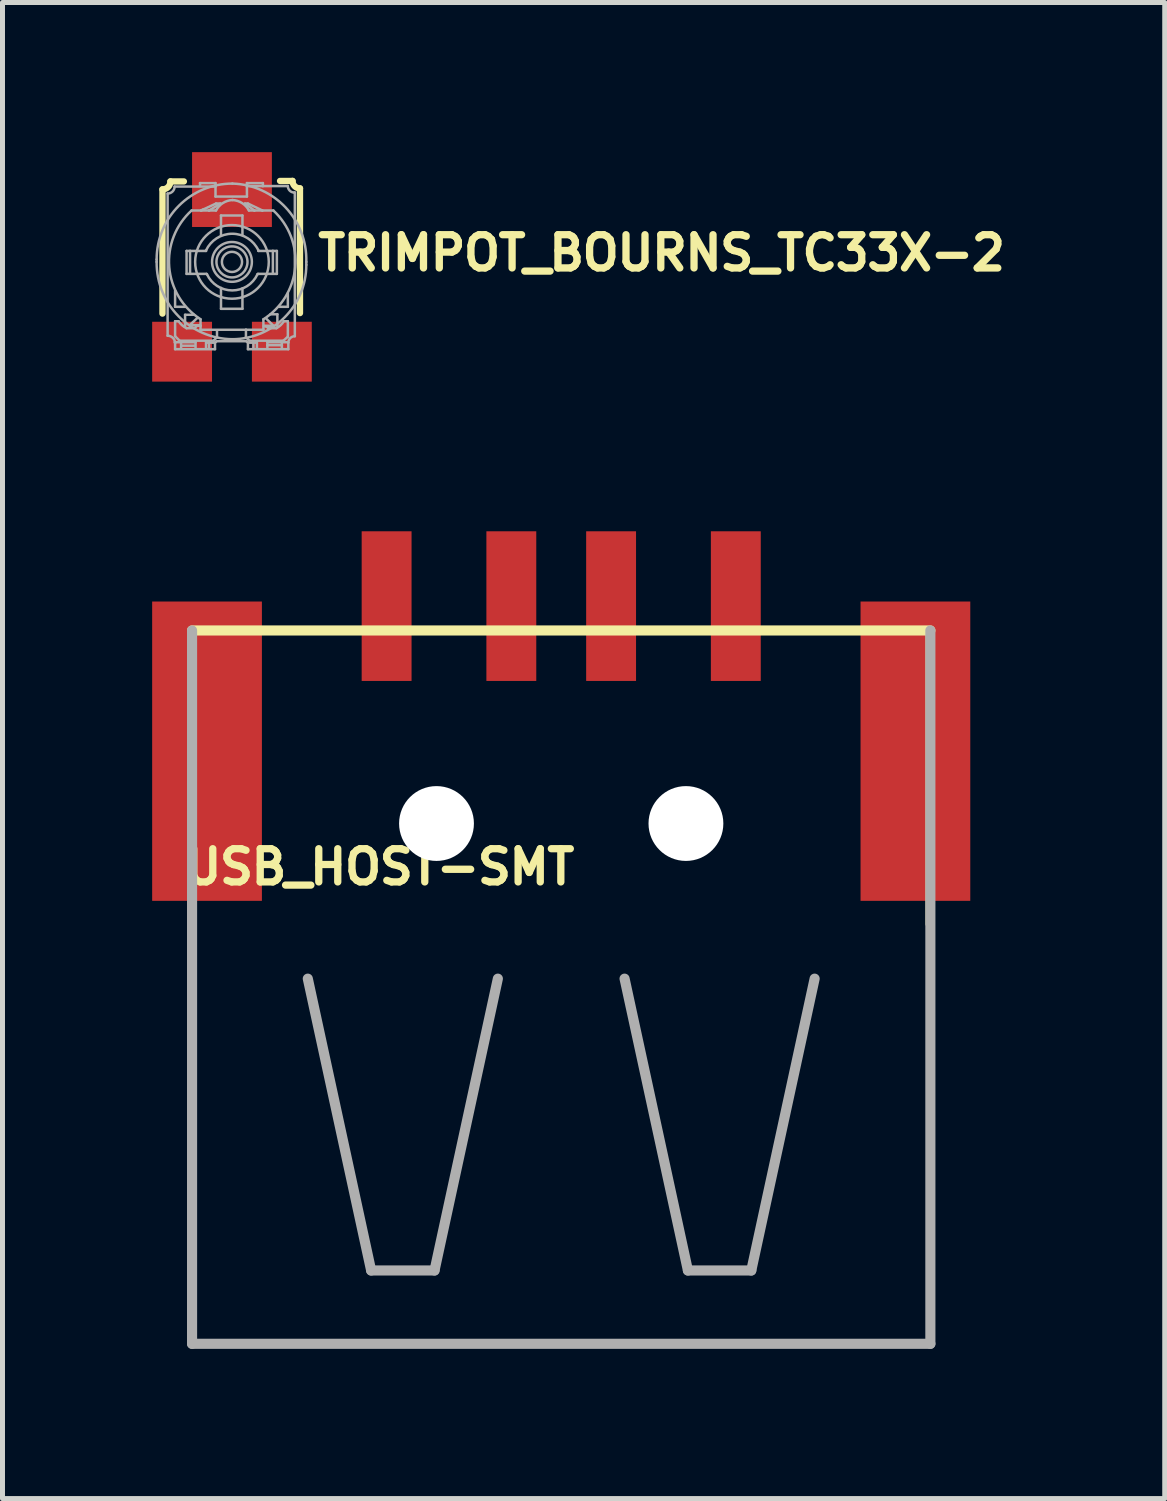
<source format=kicad_pcb>
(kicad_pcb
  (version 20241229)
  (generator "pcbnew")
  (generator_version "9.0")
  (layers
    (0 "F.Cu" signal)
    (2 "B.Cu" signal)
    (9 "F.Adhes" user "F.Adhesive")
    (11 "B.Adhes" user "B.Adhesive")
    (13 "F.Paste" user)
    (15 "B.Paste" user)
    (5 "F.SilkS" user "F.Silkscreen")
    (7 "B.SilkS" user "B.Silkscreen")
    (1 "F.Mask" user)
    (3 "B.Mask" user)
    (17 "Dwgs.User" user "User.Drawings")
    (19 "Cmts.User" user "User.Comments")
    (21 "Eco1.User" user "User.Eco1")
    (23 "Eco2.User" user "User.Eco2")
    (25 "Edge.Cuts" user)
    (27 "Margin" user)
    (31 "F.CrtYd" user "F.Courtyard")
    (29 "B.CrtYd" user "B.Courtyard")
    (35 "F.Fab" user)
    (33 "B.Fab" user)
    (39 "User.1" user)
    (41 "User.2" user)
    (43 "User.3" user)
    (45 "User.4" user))
  (footprint "USB_HOST-SMT"
    (layer "F.Cu")
    (at 8.2 9.595)
    (property "Reference" "USB_HOST-SMT" (at -7.62 5.123 0) (unlocked yes) (layer "F.SilkS") (effects (font (size 0.666 0.666) (thickness 0.146)) (justify left bottom)))
    (fp_line (start -7.366 0.039) (end -7.366 5.881) (stroke (width 0.127) (type solid)) (layer "F.SilkS"))
    (fp_line (start 7.366 0.039) (end 7.366 5.881) (stroke (width 0.127) (type solid)) (layer "F.SilkS"))
    (fp_line (start 7.4 -0.007) (end -7.4 -0.007) (stroke (width 0.203) (type solid)) (layer "F.SilkS"))
    (fp_line (start -7.4 -0.007) (end -7.4 14.293) (stroke (width 0.203) (type solid)) (layer "F.Fab"))
    (fp_line (start -7.4 14.293) (end 7.4 14.293) (stroke (width 0.203) (type solid)) (layer "F.Fab"))
    (fp_line (start -5.08 6.973) (end -3.81 12.823) (stroke (width 0.203) (type solid)) (layer "F.Fab"))
    (fp_line (start -3.81 12.823) (end -2.54 12.823) (stroke (width 0.203) (type solid)) (layer "F.Fab"))
    (fp_line (start -2.54 12.823) (end -1.27 6.973) (stroke (width 0.203) (type solid)) (layer "F.Fab"))
    (fp_line (start 1.27 6.973) (end 2.54 12.823) (stroke (width 0.203) (type solid)) (layer "F.Fab"))
    (fp_line (start 2.54 12.823) (end 3.81 12.823) (stroke (width 0.203) (type solid)) (layer "F.Fab"))
    (fp_line (start 3.81 12.823) (end 5.08 6.973) (stroke (width 0.203) (type solid)) (layer "F.Fab"))
    (fp_line (start 7.4 14.293) (end 7.4 -0.007) (stroke (width 0.203) (type solid)) (layer "F.Fab"))
    (pad "" np_thru_hole circle (at -2.5 3.863) (size 1.5 1.5) (drill 1.5) (layers "*.Cu" "*.Mask"))
    (pad "" np_thru_hole circle (at 2.5 3.863) (size 1.5 1.5) (drill 1.5) (layers "*.Cu" "*.Mask"))
    (pad "D+" smd rect (at 1 -0.495 90) (size 3 1) (layers "F.Cu" "F.Mask" "F.Paste"))
    (pad "D-" smd rect (at -1 -0.495 90) (size 3 1) (layers "F.Cu" "F.Mask" "F.Paste"))
    (pad "GND" smd rect (at 3.5 -0.495 90) (size 3 1) (layers "F.Cu" "F.Mask" "F.Paste"))
    (pad "MT1" smd rect (at -7.1 2.413) (size 2.2 6) (layers "F.Cu" "F.Mask" "F.Paste"))
    (pad "MT2" smd rect (at 7.1 2.413) (size 2.2 6) (layers "F.Cu" "F.Mask" "F.Paste"))
    (pad "VBUS" smd rect (at -3.5 -0.495 90) (size 3 1) (layers "F.Cu" "F.Mask" "F.Paste")))
  (footprint "TRIMPOT_BOURNS_TC33X-2"
    (layer "F.Cu")
    (at 1.6 2.2)
    (property "Reference" "TRIMPOT_BOURNS_TC33X-2" (at 1.65 0.21 0) (unlocked yes) (layer "F.SilkS") (effects (font (size 0.666 0.666) (thickness 0.146)) (justify left bottom)))
    (fp_line (start -1.393 -1.454) (end -1.393 1.036) (stroke (width 0.127) (type solid)) (layer "F.SilkS"))
    (fp_line (start -0.964 -1.613) (end -1.234 -1.613) (stroke (width 0.127) (type solid)) (layer "F.SilkS"))
    (fp_line (start 0.964 -1.623) (end 1.214 -1.623) (stroke (width 0.127) (type solid)) (layer "F.SilkS"))
    (fp_line (start 1.363 -1.474) (end 1.363 1.026) (stroke (width 0.127) (type solid)) (layer "F.SilkS"))
    (fp_arc (start -1.2335 -1.6135) (mid -1.280363 -1.500363) (end -1.3935 -1.4535) (stroke (width 0.127) (type solid)) (layer "F.SilkS"))
    (fp_arc (start 1.3635 -1.4735) (mid 1.257434 -1.517434) (end 1.2135 -1.6235) (stroke (width 0.127) (type solid)) (layer "F.SilkS"))
    (fp_line (start -1.51 0) (end -1.51 -0.05) (stroke (width 0.05) (type solid)) (layer "F.Fab"))
    (fp_line (start -1.29 -1.37) (end -1.29 1.48) (stroke (width 0.05) (type solid)) (layer "F.Fab"))
    (fp_line (start -1.15 1.61) (end -0.73 1.61) (stroke (width 0.05) (type solid)) (layer "F.Fab"))
    (fp_line (start -1.14 0.58) (end -1.14 0.9) (stroke (width 0.05) (type solid)) (layer "F.Fab"))
    (fp_line (start -1.14 0.9) (end -0.93 0.9) (stroke (width 0.05) (type solid)) (layer "F.Fab"))
    (fp_line (start -1.14 1.19) (end -1.14 1.49) (stroke (width 0.05) (type solid)) (layer "F.Fab"))
    (fp_line (start -1.14 1.49) (end -1.05 1.58) (stroke (width 0.05) (type solid)) (layer "F.Fab"))
    (fp_line (start -1.14 1.63) (end -1.14 1.75) (stroke (width 0.05) (type solid)) (layer "F.Fab"))
    (fp_line (start -1.14 1.75) (end -0.34 1.75) (stroke (width 0.05) (type solid)) (layer "F.Fab"))
    (fp_line (start -1.07 1.19) (end -1.14 1.19) (stroke (width 0.05) (type solid)) (layer "F.Fab"))
    (fp_line (start -1.05 1.58) (end -0.37 1.58) (stroke (width 0.05) (type solid)) (layer "F.Fab"))
    (fp_line (start -1.02 1.62) (end -1.02 1.73) (stroke (width 0.05) (type solid)) (layer "F.Fab"))
    (fp_line (start -1.01 1.68) (end -0.75 1.68) (stroke (width 0.05) (type solid)) (layer "F.Fab"))
    (fp_line (start -0.94 1.06) (end -0.94 1.3) (stroke (width 0.05) (type solid)) (layer "F.Fab"))
    (fp_line (start -0.91 -0.22) (end -0.91 0.24) (stroke (width 0.05) (type solid)) (layer "F.Fab"))
    (fp_line (start -0.91 0.24) (end -0.51 0.24) (stroke (width 0.05) (type solid)) (layer "F.Fab"))
    (fp_line (start -0.85 1.27) (end -0.69 1.12) (stroke (width 0.05) (type solid)) (layer "F.Fab"))
    (fp_line (start -0.84 -0.22) (end -0.91 -0.22) (stroke (width 0.05) (type solid)) (layer "F.Fab"))
    (fp_line (start -0.84 -0.22) (end -0.84 0.23) (stroke (width 0.05) (type solid)) (layer "F.Fab"))
    (fp_line (start -0.81 -1.03) (end -0.62 -1.03) (stroke (width 0.05) (type solid)) (layer "F.Fab"))
    (fp_line (start -0.76 1.06) (end -0.94 1.06) (stroke (width 0.05) (type solid)) (layer "F.Fab"))
    (fp_line (start -0.75 1.33) (end -0.91 1.33) (stroke (width 0.05) (type solid)) (layer "F.Fab"))
    (fp_line (start -0.73 1.61) (end -0.73 1.74) (stroke (width 0.05) (type solid)) (layer "F.Fab"))
    (fp_line (start -0.7 1.28) (end -0.75 1.33) (stroke (width 0.05) (type solid)) (layer "F.Fab"))
    (fp_line (start -0.64 -1.58) (end -0.33 -1.58) (stroke (width 0.05) (type solid)) (layer "F.Fab"))
    (fp_line (start -0.64 -1.52) (end -0.64 -1.58) (stroke (width 0.05) (type solid)) (layer "F.Fab"))
    (fp_line (start -0.64 1.27) (end -0.85 1.27) (stroke (width 0.05) (type solid)) (layer "F.Fab"))
    (fp_line (start -0.63 1.15) (end -0.63 1.28) (stroke (width 0.05) (type solid)) (layer "F.Fab"))
    (fp_line (start -0.63 1.28) (end -0.7 1.28) (stroke (width 0.05) (type solid)) (layer "F.Fab"))
    (fp_line (start -0.63 1.28) (end -0.63 1.36) (stroke (width 0.05) (type solid)) (layer "F.Fab"))
    (fp_line (start -0.63 1.36) (end 0.28 1.36) (stroke (width 0.05) (type solid)) (layer "F.Fab"))
    (fp_line (start -0.62 -1.03) (end -0.58 -1.05) (stroke (width 0.05) (type solid)) (layer "F.Fab"))
    (fp_line (start -0.6 -1.04) (end -0.32 -1.17) (stroke (width 0.05) (type solid)) (layer "F.Fab"))
    (fp_line (start -0.52 -0.23) (end -0.52 -0.22) (stroke (width 0.05) (type solid)) (layer "F.Fab"))
    (fp_line (start -0.52 -0.22) (end -0.84 -0.22) (stroke (width 0.05) (type solid)) (layer "F.Fab"))
    (fp_line (start -0.52 1.59) (end -0.52 1.73) (stroke (width 0.05) (type solid)) (layer "F.Fab"))
    (fp_line (start -0.51 0.24) (end -0.5 0.25) (stroke (width 0.05) (type solid)) (layer "F.Fab"))
    (fp_line (start -0.51 1.62) (end -0.35 1.62) (stroke (width 0.05) (type solid)) (layer "F.Fab"))
    (fp_line (start -0.46 -1.03) (end -0.62 -1.03) (stroke (width 0.05) (type solid)) (layer "F.Fab"))
    (fp_line (start -0.46 -1.03) (end -0.32 -1.03) (stroke (width 0.05) (type solid)) (layer "F.Fab"))
    (fp_line (start -0.46 1.6) (end -0.46 1.73) (stroke (width 0.05) (type solid)) (layer "F.Fab"))
    (fp_line (start -0.37 1.58) (end -0.3 1.51) (stroke (width 0.05) (type solid)) (layer "F.Fab"))
    (fp_line (start -0.34 1.62) (end -0.31 1.59) (stroke (width 0.05) (type solid)) (layer "F.Fab"))
    (fp_line (start -0.34 1.75) (end -0.34 1.62) (stroke (width 0.05) (type solid)) (layer "F.Fab"))
    (fp_line (start -0.33 -1.58) (end -0.33 -1.52) (stroke (width 0.05) (type solid)) (layer "F.Fab"))
    (fp_line (start -0.33 -1.51) (end -1.15 -1.51) (stroke (width 0.05) (type solid)) (layer "F.Fab"))
    (fp_line (start -0.33 -1.31) (end -0.33 -1.51) (stroke (width 0.05) (type solid)) (layer "F.Fab"))
    (fp_line (start -0.32 -1.17) (end -0.23 -1.17) (stroke (width 0.05) (type solid)) (layer "F.Fab"))
    (fp_line (start -0.31 1.59) (end 0.29 1.59) (stroke (width 0.05) (type solid)) (layer "F.Fab"))
    (fp_line (start -0.3 1.51) (end -0.3 1.37) (stroke (width 0.05) (type solid)) (layer "F.Fab"))
    (fp_line (start -0.23 -1.17) (end -0.46 -1.03) (stroke (width 0.05) (type solid)) (layer "F.Fab"))
    (fp_line (start -0.22 -0.93) (end 0.21 -0.93) (stroke (width 0.05) (type solid)) (layer "F.Fab"))
    (fp_line (start -0.22 -0.53) (end -0.22 -0.93) (stroke (width 0.05) (type solid)) (layer "F.Fab"))
    (fp_line (start -0.22 0.52) (end -0.22 0.94) (stroke (width 0.05) (type solid)) (layer "F.Fab"))
    (fp_line (start -0.22 0.94) (end 0.21 0.94) (stroke (width 0.05) (type solid)) (layer "F.Fab"))
    (fp_line (start 0 1.55) (end 0.01 1.55) (stroke (width 0.05) (type solid)) (layer "F.Fab"))
    (fp_line (start 0.21 -0.93) (end 0.21 -0.54) (stroke (width 0.05) (type solid)) (layer "F.Fab"))
    (fp_line (start 0.21 0.94) (end 0.21 0.53) (stroke (width 0.05) (type solid)) (layer "F.Fab"))
    (fp_line (start 0.26 -1.17) (end 0.32 -1.17) (stroke (width 0.05) (type solid)) (layer "F.Fab"))
    (fp_line (start 0.28 1.36) (end 0.63 1.36) (stroke (width 0.05) (type solid)) (layer "F.Fab"))
    (fp_line (start 0.28 1.51) (end 0.28 1.36) (stroke (width 0.05) (type solid)) (layer "F.Fab"))
    (fp_line (start 0.29 1.59) (end 0.32 1.62) (stroke (width 0.05) (type solid)) (layer "F.Fab"))
    (fp_line (start 0.3 -1.58) (end 0.62 -1.58) (stroke (width 0.05) (type solid)) (layer "F.Fab"))
    (fp_line (start 0.3 -1.52) (end 0.3 -1.58) (stroke (width 0.05) (type solid)) (layer "F.Fab"))
    (fp_line (start 0.3 -1.52) (end 0.3 -1.31) (stroke (width 0.05) (type solid)) (layer "F.Fab"))
    (fp_line (start 0.3 -1.31) (end -0.33 -1.31) (stroke (width 0.05) (type solid)) (layer "F.Fab"))
    (fp_line (start 0.32 -1.17) (end 0.61 -1.03) (stroke (width 0.05) (type solid)) (layer "F.Fab"))
    (fp_line (start 0.32 1.62) (end 0.32 1.75) (stroke (width 0.05) (type solid)) (layer "F.Fab"))
    (fp_line (start 0.32 1.75) (end 1.13 1.75) (stroke (width 0.05) (type solid)) (layer "F.Fab"))
    (fp_line (start 0.33 1.62) (end 0.49 1.62) (stroke (width 0.05) (type solid)) (layer "F.Fab"))
    (fp_line (start 0.34 -1.03) (end 0.45 -1.03) (stroke (width 0.05) (type solid)) (layer "F.Fab"))
    (fp_line (start 0.35 1.58) (end 0.28 1.51) (stroke (width 0.05) (type solid)) (layer "F.Fab"))
    (fp_line (start 0.43 1.59) (end 0.43 1.74) (stroke (width 0.05) (type solid)) (layer "F.Fab"))
    (fp_line (start 0.45 -1.03) (end 0.26 -1.17) (stroke (width 0.05) (type solid)) (layer "F.Fab"))
    (fp_line (start 0.5 1.6) (end 0.5 1.74) (stroke (width 0.05) (type solid)) (layer "F.Fab"))
    (fp_line (start 0.51 0.25) (end 0.52 0.24) (stroke (width 0.05) (type solid)) (layer "F.Fab"))
    (fp_line (start 0.52 0.24) (end 0.9 0.24) (stroke (width 0.05) (type solid)) (layer "F.Fab"))
    (fp_line (start 0.53 -0.22) (end 0.53 -0.23) (stroke (width 0.05) (type solid)) (layer "F.Fab"))
    (fp_line (start 0.61 -1.03) (end 0.45 -1.03) (stroke (width 0.05) (type solid)) (layer "F.Fab"))
    (fp_line (start 0.61 -1.03) (end 0.83 -1.03) (stroke (width 0.05) (type solid)) (layer "F.Fab"))
    (fp_line (start 0.62 -1.58) (end 0.62 -1.52) (stroke (width 0.05) (type solid)) (layer "F.Fab"))
    (fp_line (start 0.62 -1.52) (end 0.3 -1.52) (stroke (width 0.05) (type solid)) (layer "F.Fab"))
    (fp_line (start 0.63 1.36) (end 0.63 1.15) (stroke (width 0.05) (type solid)) (layer "F.Fab"))
    (fp_line (start 0.64 1.28) (end 0.83 1.28) (stroke (width 0.05) (type solid)) (layer "F.Fab"))
    (fp_line (start 0.64 1.29) (end 0.68 1.29) (stroke (width 0.05) (type solid)) (layer "F.Fab"))
    (fp_line (start 0.68 1.29) (end 0.73 1.33) (stroke (width 0.05) (type solid)) (layer "F.Fab"))
    (fp_line (start 0.71 1.59) (end 0.71 1.67) (stroke (width 0.05) (type solid)) (layer "F.Fab"))
    (fp_line (start 0.71 1.67) (end 0.71 1.73) (stroke (width 0.05) (type solid)) (layer "F.Fab"))
    (fp_line (start 0.73 1.33) (end 0.89 1.33) (stroke (width 0.05) (type solid)) (layer "F.Fab"))
    (fp_line (start 0.77 1.05) (end 0.91 1.05) (stroke (width 0.05) (type solid)) (layer "F.Fab"))
    (fp_line (start 0.82 -0.22) (end 0.53 -0.22) (stroke (width 0.05) (type solid)) (layer "F.Fab"))
    (fp_line (start 0.82 -0.22) (end 0.82 0.23) (stroke (width 0.05) (type solid)) (layer "F.Fab"))
    (fp_line (start 0.83 1.28) (end 0.68 1.13) (stroke (width 0.05) (type solid)) (layer "F.Fab"))
    (fp_line (start 0.9 -0.22) (end 0.82 -0.22) (stroke (width 0.05) (type solid)) (layer "F.Fab"))
    (fp_line (start 0.9 0.24) (end 0.9 -0.22) (stroke (width 0.05) (type solid)) (layer "F.Fab"))
    (fp_line (start 0.91 1.05) (end 0.91 1.31) (stroke (width 0.05) (type solid)) (layer "F.Fab"))
    (fp_line (start 1 1.61) (end 0.71 1.61) (stroke (width 0.05) (type solid)) (layer "F.Fab"))
    (fp_line (start 1 1.61) (end 1 1.67) (stroke (width 0.05) (type solid)) (layer "F.Fab"))
    (fp_line (start 1 1.67) (end 0.71 1.67) (stroke (width 0.05) (type solid)) (layer "F.Fab"))
    (fp_line (start 1 1.67) (end 1 1.74) (stroke (width 0.05) (type solid)) (layer "F.Fab"))
    (fp_line (start 1.03 1.58) (end 0.35 1.58) (stroke (width 0.05) (type solid)) (layer "F.Fab"))
    (fp_line (start 1.04 1.19) (end 1.12 1.19) (stroke (width 0.05) (type solid)) (layer "F.Fab"))
    (fp_line (start 1.12 -1.52) (end 0.62 -1.52) (stroke (width 0.05) (type solid)) (layer "F.Fab"))
    (fp_line (start 1.12 0.63) (end 1.12 0.9) (stroke (width 0.05) (type solid)) (layer "F.Fab"))
    (fp_line (start 1.12 0.9) (end 0.94 0.9) (stroke (width 0.05) (type solid)) (layer "F.Fab"))
    (fp_line (start 1.12 1.19) (end 1.12 1.5) (stroke (width 0.05) (type solid)) (layer "F.Fab"))
    (fp_line (start 1.12 1.5) (end 1.03 1.58) (stroke (width 0.05) (type solid)) (layer "F.Fab"))
    (fp_line (start 1.13 1.61) (end 1 1.61) (stroke (width 0.05) (type solid)) (layer "F.Fab"))
    (fp_line (start 1.13 1.75) (end 1.13 1.62) (stroke (width 0.05) (type solid)) (layer "F.Fab"))
    (fp_line (start 1.26 -1.39) (end 1.25 -1.39) (stroke (width 0.05) (type solid)) (layer "F.Fab"))
    (fp_line (start 1.26 1.49) (end 1.26 -1.39) (stroke (width 0.05) (type solid)) (layer "F.Fab"))
    (fp_line (start 1.49 0) (end 1.49 0.06) (stroke (width 0.05) (type solid)) (layer "F.Fab"))
    (fp_arc (start -1.51 -0.05) (mid -1.064802 -1.124802) (end 0.010001 -1.569999) (stroke (width 0.05) (type solid)) (layer "F.Fab"))
    (fp_arc (start -1.29 1.48) (mid -1.183934 1.523934) (end -1.14 1.63) (stroke (width 0.05) (type solid)) (layer "F.Fab"))
    (fp_arc (start -1.15 -1.51) (mid -1.191005 -1.411005) (end -1.29 -1.37) (stroke (width 0.05) (type solid)) (layer "F.Fab"))
    (fp_arc (start -0.91 1.33) (mid -0.999216 1.270532) (end -1.07 1.19) (stroke (width 0.05) (type solid)) (layer "F.Fab"))
    (fp_arc (start -0.630001 1.15) (mid -1.257529 0.104383) (end -0.81 -1.03) (stroke (width 0.05) (type solid)) (layer "F.Fab"))
    (fp_arc (start -0.52 -0.230001) (mid 0.005 -0.564463) (end 0.53 -0.23) (stroke (width 0.05) (type solid)) (layer "F.Fab"))
    (fp_arc (start -0.32 -1.03) (mid -0.183135 -1.179211) (end 0.01 -1.239999) (stroke (width 0.05) (type solid)) (layer "F.Fab"))
    (fp_arc (start 0.01 -1.57) (mid 1.075158 -1.091518) (end 1.490001 0.000001) (stroke (width 0.05) (type solid)) (layer "F.Fab"))
    (fp_arc (start 0.01 -1.24) (mid 0.203135 -1.179212) (end 0.340001 -1.03) (stroke (width 0.05) (type solid)) (layer "F.Fab"))
    (fp_arc (start 0.01 1.55) (mid -1.071016 1.089802) (end -1.510001 -0.000001) (stroke (width 0.05) (type solid)) (layer "F.Fab"))
    (fp_arc (start 0.51 0.249999) (mid 0.005 0.57172) (end -0.5 0.25) (stroke (width 0.05) (type solid)) (layer "F.Fab"))
    (fp_arc (start 0.83 -1.029999) (mid 1.267528 0.109315) (end 0.63 1.15) (stroke (width 0.05) (type solid)) (layer "F.Fab"))
    (fp_arc (start 1.04 1.19) (mid 0.974216 1.269874) (end 0.89 1.33) (stroke (width 0.05) (type solid)) (layer "F.Fab"))
    (fp_arc (start 1.13 1.62) (mid 1.168076 1.528076) (end 1.26 1.49) (stroke (width 0.05) (type solid)) (layer "F.Fab"))
    (fp_arc (start 1.25 -1.39) (mid 1.158076 -1.428076) (end 1.12 -1.52) (stroke (width 0.05) (type solid)) (layer "F.Fab"))
    (fp_arc (start 1.49 0.06) (mid 1.053588 1.113589) (end -0.000001 1.549999) (stroke (width 0.05) (type solid)) (layer "F.Fab"))
    (fp_circle (center 0 0) (end 0.202 0) (stroke (width 0.05) (type solid)) (fill no) (layer "F.Fab"))
    (fp_circle (center 0 0) (end 0.311 0) (stroke (width 0.05) (type solid)) (fill no) (layer "F.Fab"))
    (fp_circle (center 0 0) (end 0.399 0) (stroke (width 0.05) (type solid)) (fill no) (layer "F.Fab"))
    (fp_circle (center 0 0) (end 0.738 0) (stroke (width 0.05) (type solid)) (fill no) (layer "F.Fab"))
    (pad "1" smd rect (at -1 1.8) (size 1.2 1.2) (layers "F.Cu" "F.Mask" "F.Paste"))
    (pad "2" smd rect (at 0 -1.45) (size 1.6 1.5) (layers "F.Cu" "F.Mask" "F.Paste"))
    (pad "3" smd rect (at 1 1.8) (size 1.2 1.2) (layers "F.Cu" "F.Mask" "F.Paste")))
  (gr_rect
    (start -3 -3)
    (end 20.298 26.99)
    (stroke (width 0.1) (type default))
    (fill no)
    (layer "Edge.Cuts")))
</source>
